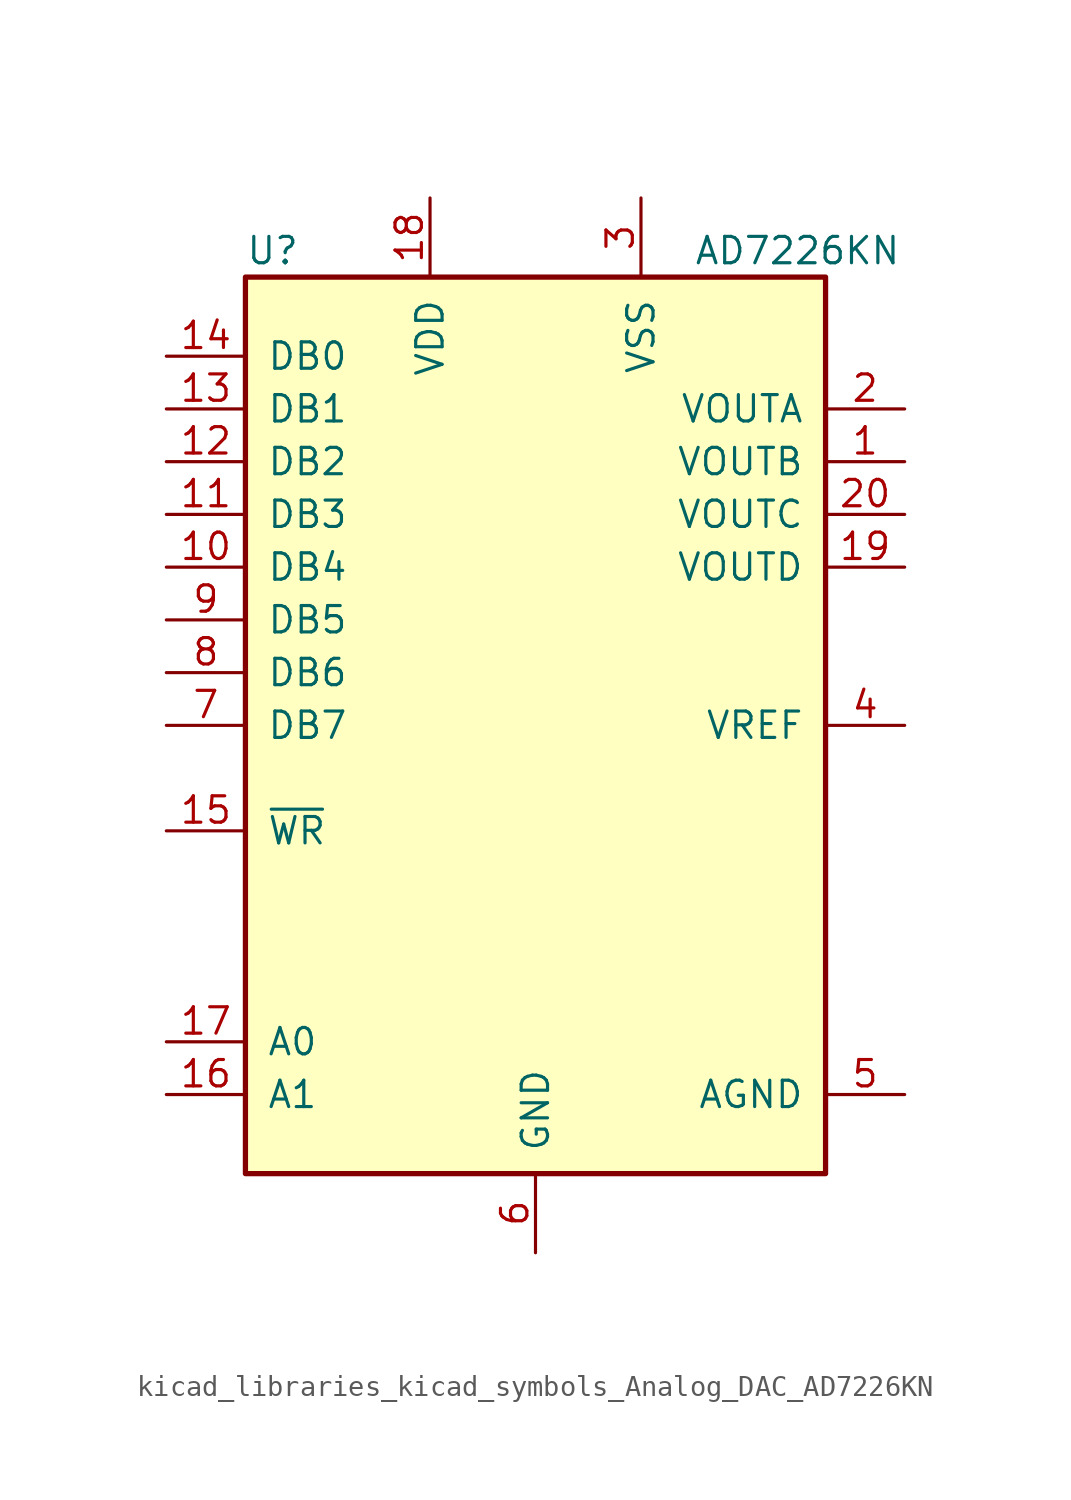
<source format=kicad_sym>
(kicad_symbol_lib
  (version 20220914)
  (generator kicad_symbol_editor)
  (symbol "kicad_libraries_kicad_symbols_Analog_DAC_AD7226KN"
    (pin_names
      (offset 1.016))
    (property "Reference" "U"
      (at -13.97 22.86 0)
      (effects (font (size 1.27 1.27)) (justify left)))
    (property "Value" "AD7226KN"
      (at 7.62 22.86 0)
      (effects (font (size 1.27 1.27)) (justify left)))
    (symbol "kicad_libraries_kicad_symbols_Analog_DAC_AD7226KN_0_1"
      (rectangle (start -13.97 -21.59) (end 13.97 21.59) (stroke (width 0.254) (type default)) (fill (type background))))
    (symbol "kicad_libraries_kicad_symbols_Analog_DAC_AD7226KN_1_1"
      (pin output line (at 17.78 12.7 180) (length 3.81) (name "VOUTB" (effects (font (size 1.27 1.27)))) (number "1" (effects (font (size 1.27 1.27)))))
      (pin input line (at -17.78 7.62 0) (length 3.81) (name "DB4" (effects (font (size 1.27 1.27)))) (number "10" (effects (font (size 1.27 1.27)))))
      (pin input line (at -17.78 10.16 0) (length 3.81) (name "DB3" (effects (font (size 1.27 1.27)))) (number "11" (effects (font (size 1.27 1.27)))))
      (pin input line (at -17.78 12.7 0) (length 3.81) (name "DB2" (effects (font (size 1.27 1.27)))) (number "12" (effects (font (size 1.27 1.27)))))
      (pin input line (at -17.78 15.24 0) (length 3.81) (name "DB1" (effects (font (size 1.27 1.27)))) (number "13" (effects (font (size 1.27 1.27)))))
      (pin input line (at -17.78 17.78 0) (length 3.81) (name "DB0" (effects (font (size 1.27 1.27)))) (number "14" (effects (font (size 1.27 1.27)))))
      (pin input line (at -17.78 -5.08 0) (length 3.81) (name "~{WR}" (effects (font (size 1.27 1.27)))) (number "15" (effects (font (size 1.27 1.27)))))
      (pin input line (at -17.78 -17.78 0) (length 3.81) (name "A1" (effects (font (size 1.27 1.27)))) (number "16" (effects (font (size 1.27 1.27)))))
      (pin input line (at -17.78 -15.24 0) (length 3.81) (name "A0" (effects (font (size 1.27 1.27)))) (number "17" (effects (font (size 1.27 1.27)))))
      (pin power_in line (at -5.08 25.4 270) (length 3.81) (name "VDD" (effects (font (size 1.27 1.27)))) (number "18" (effects (font (size 1.27 1.27)))))
      (pin output line (at 17.78 7.62 180) (length 3.81) (name "VOUTD" (effects (font (size 1.27 1.27)))) (number "19" (effects (font (size 1.27 1.27)))))
      (pin output line (at 17.78 15.24 180) (length 3.81) (name "VOUTA" (effects (font (size 1.27 1.27)))) (number "2" (effects (font (size 1.27 1.27)))))
      (pin output line (at 17.78 10.16 180) (length 3.81) (name "VOUTC" (effects (font (size 1.27 1.27)))) (number "20" (effects (font (size 1.27 1.27)))))
      (pin power_in line (at 5.08 25.4 270) (length 3.81) (name "VSS" (effects (font (size 1.27 1.27)))) (number "3" (effects (font (size 1.27 1.27)))))
      (pin input line (at 17.78 0 180) (length 3.81) (name "VREF" (effects (font (size 1.27 1.27)))) (number "4" (effects (font (size 1.27 1.27)))))
      (pin input line (at 17.78 -17.78 180) (length 3.81) (name "AGND" (effects (font (size 1.27 1.27)))) (number "5" (effects (font (size 1.27 1.27)))))
      (pin power_in line (at 0 -25.4 90) (length 3.81) (name "GND" (effects (font (size 1.27 1.27)))) (number "6" (effects (font (size 1.27 1.27)))))
      (pin input line (at -17.78 0 0) (length 3.81) (name "DB7" (effects (font (size 1.27 1.27)))) (number "7" (effects (font (size 1.27 1.27)))))
      (pin input line (at -17.78 2.54 0) (length 3.81) (name "DB6" (effects (font (size 1.27 1.27)))) (number "8" (effects (font (size 1.27 1.27)))))
      (pin input line (at -17.78 5.08 0) (length 3.81) (name "DB5" (effects (font (size 1.27 1.27)))) (number "9" (effects (font (size 1.27 1.27))))))))
</source>
